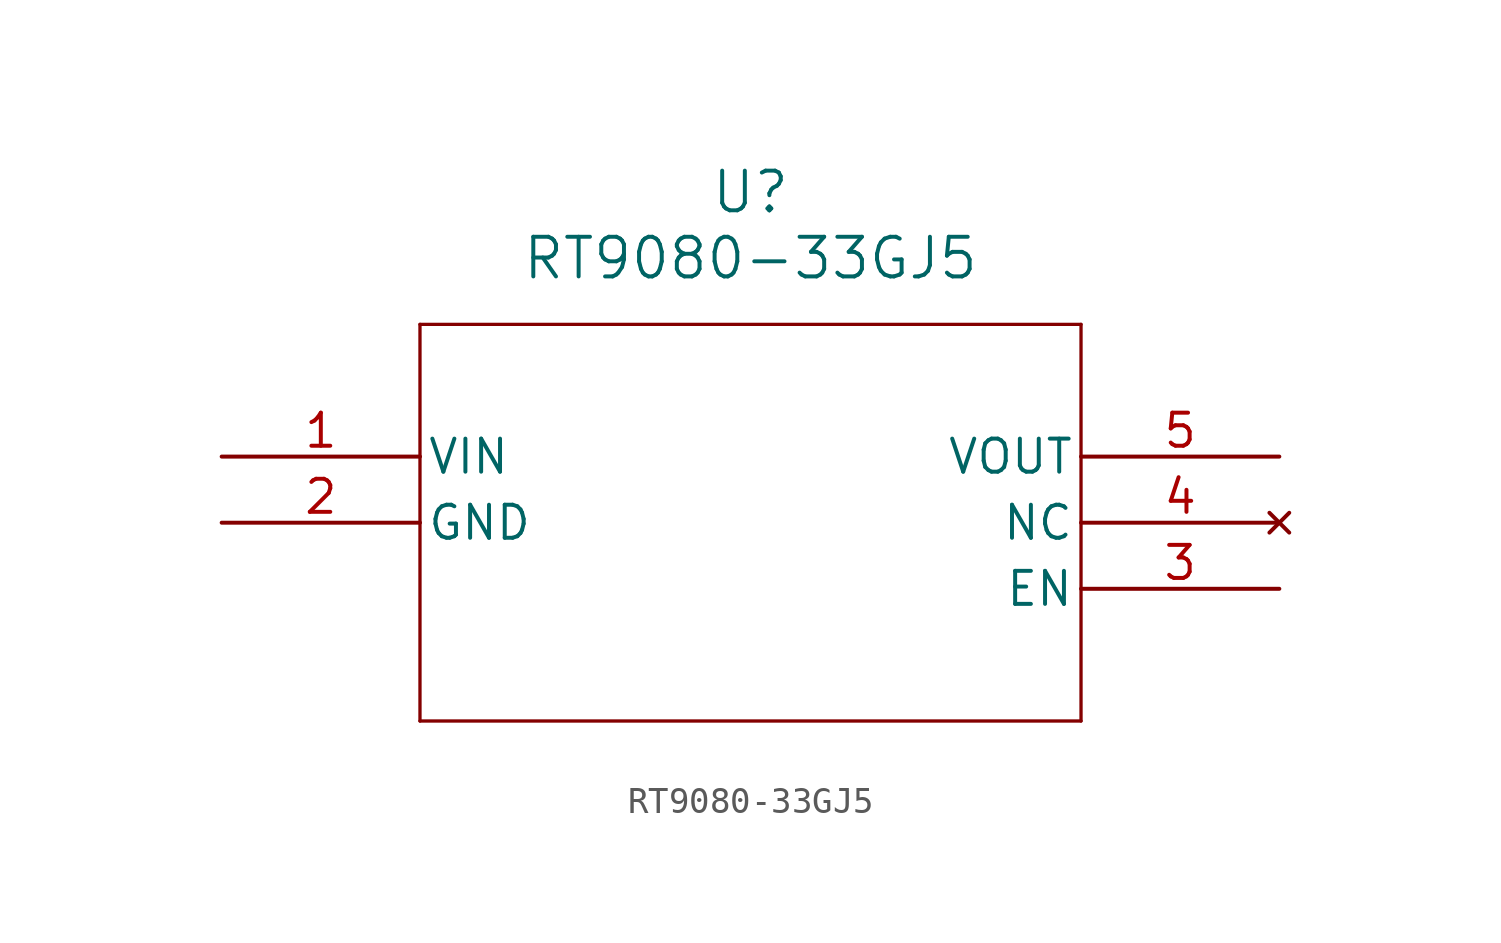
<source format=kicad_sym>
(kicad_symbol_lib
  (version 20220914)
  (generator kicad_symbol_editor)
  (symbol "RT9080-33GJ5"
    (pin_names
      (offset 0.254))
    (property "Reference" "U"
      (at 20.32 10.16 0)
      (effects (font (size 1.524 1.524))))
    (property "Value" "RT9080-33GJ5"
      (at 20.32 7.62 0)
      (effects (font (size 1.524 1.524))))
    (property "ki_locked" ""
      (at 0 0 0)
      (effects (font (size 1.27 1.27))))
    (symbol "RT9080-33GJ5_0_1"
      (polyline (pts (xy 7.62 -10.16) (xy 33.02 -10.16)) (stroke (width 0.127) (type default)) (fill (type none)))
      (polyline (pts (xy 7.62 5.08) (xy 7.62 -10.16)) (stroke (width 0.127) (type default)) (fill (type none)))
      (polyline (pts (xy 33.02 -10.16) (xy 33.02 5.08)) (stroke (width 0.127) (type default)) (fill (type none)))
      (polyline (pts (xy 33.02 5.08) (xy 7.62 5.08)) (stroke (width 0.127) (type default)) (fill (type none)))
      (pin power_in line (at 0 0 0) (length 7.62) (name "VIN" (effects (font (size 1.27 1.27)))) (number "1" (effects (font (size 1.27 1.27)))))
      (pin power_out line (at 0 -2.54 0) (length 7.62) (name "GND" (effects (font (size 1.27 1.27)))) (number "2" (effects (font (size 1.27 1.27)))))
      (pin input line (at 40.64 -5.08 180) (length 7.62) (name "EN" (effects (font (size 1.27 1.27)))) (number "3" (effects (font (size 1.27 1.27)))))
      (pin no_connect line (at 40.64 -2.54 180) (length 7.62) (name "NC" (effects (font (size 1.27 1.27)))) (number "4" (effects (font (size 1.27 1.27))))))
    (symbol "RT9080-33GJ5_1_1"
      (pin power_out line (at 40.64 0 180) (length 7.62) (name "VOUT" (effects (font (size 1.27 1.27)))) (number "5" (effects (font (size 1.27 1.27))))))))
</source>
